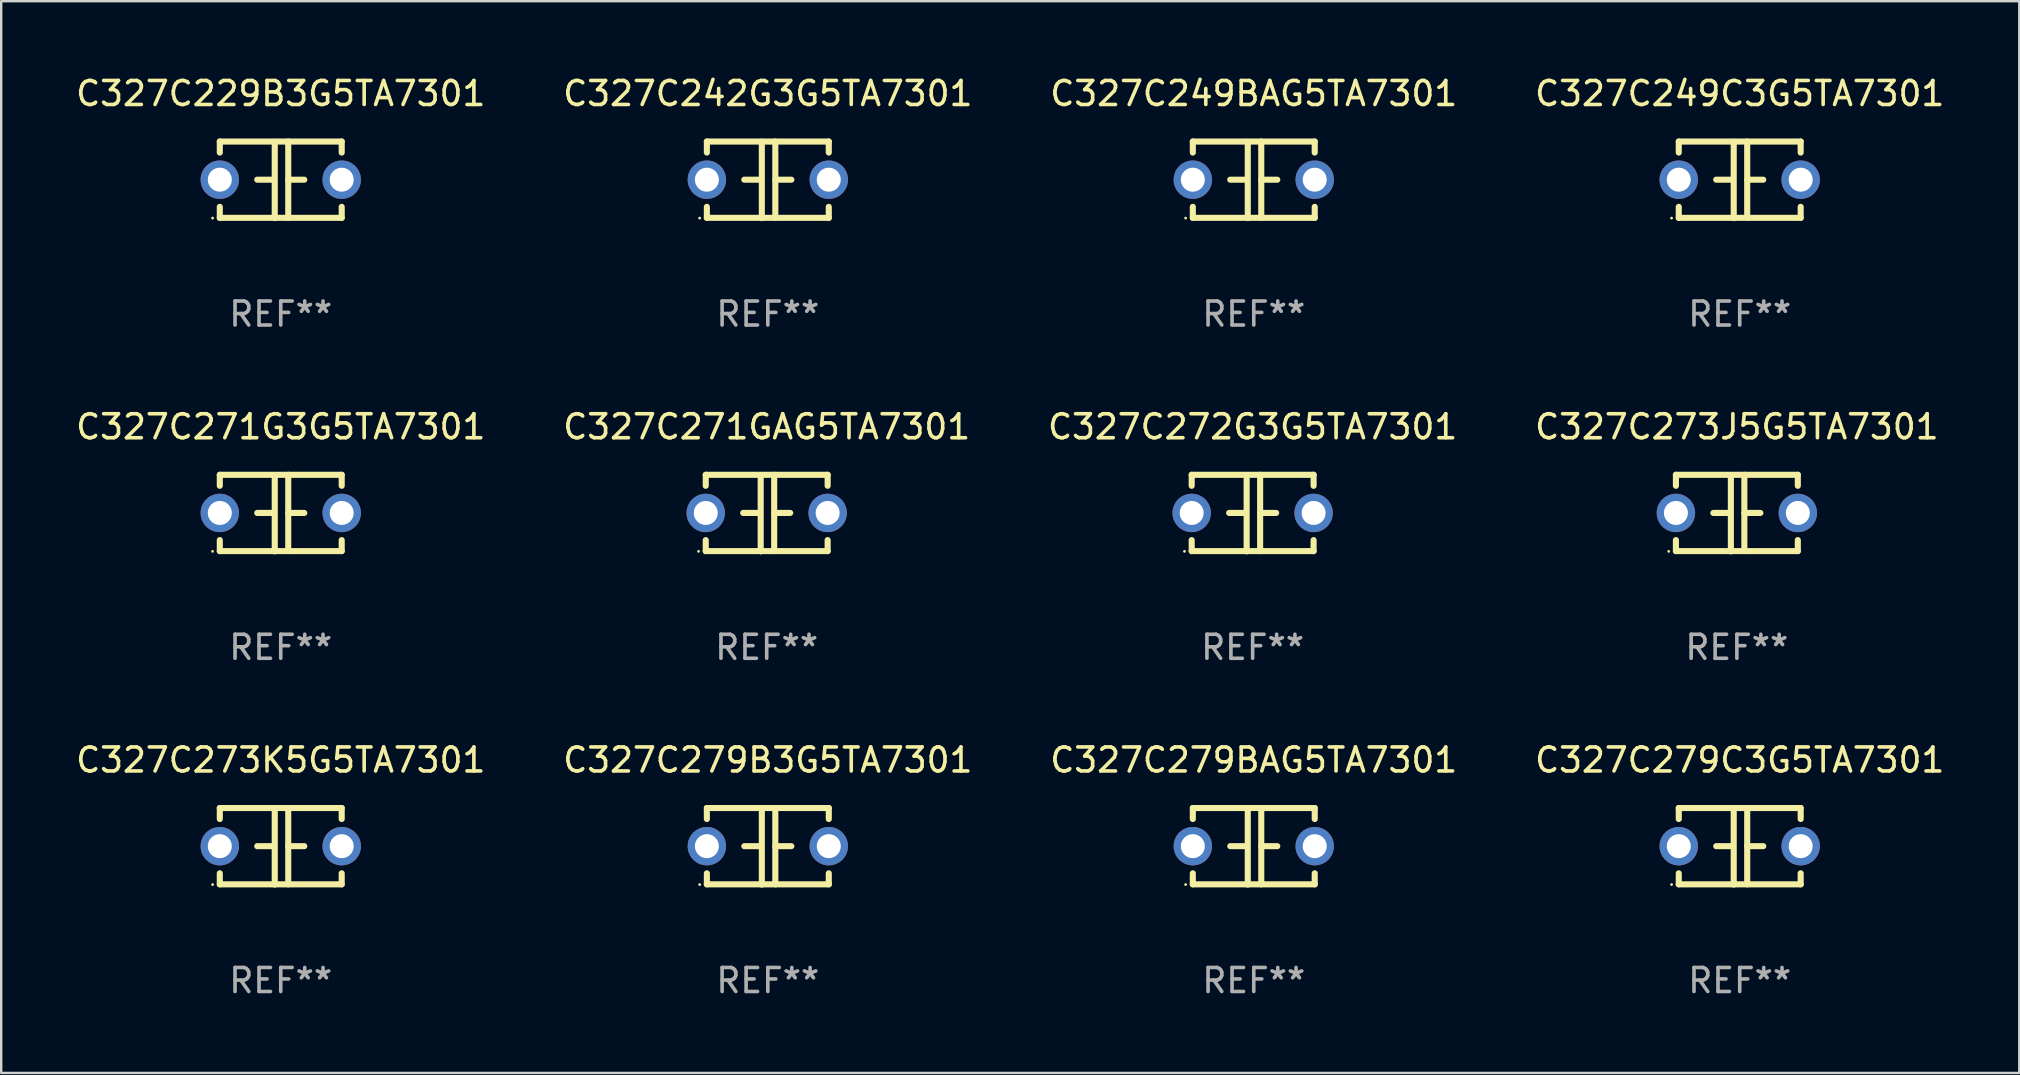
<source format=kicad_pcb>
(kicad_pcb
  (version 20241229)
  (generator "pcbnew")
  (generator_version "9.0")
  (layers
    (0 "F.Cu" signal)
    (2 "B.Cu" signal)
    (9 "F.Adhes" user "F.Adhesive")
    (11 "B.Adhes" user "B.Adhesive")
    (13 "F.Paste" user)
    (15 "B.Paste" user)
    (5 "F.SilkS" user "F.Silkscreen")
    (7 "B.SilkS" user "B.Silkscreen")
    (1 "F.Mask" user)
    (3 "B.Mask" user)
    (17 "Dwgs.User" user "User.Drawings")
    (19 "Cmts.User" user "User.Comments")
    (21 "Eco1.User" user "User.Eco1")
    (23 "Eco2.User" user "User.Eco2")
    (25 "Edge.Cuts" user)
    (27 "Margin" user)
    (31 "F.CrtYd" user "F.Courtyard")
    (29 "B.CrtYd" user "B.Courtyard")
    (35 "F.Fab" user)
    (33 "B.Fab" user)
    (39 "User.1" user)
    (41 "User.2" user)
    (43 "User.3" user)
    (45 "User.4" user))
  (footprint "C327C271GAG5TA7301"
    (layer "F.Cu")
    (at 28.899 18.33)
    (property "Reference" "C327C271GAG5TA7301" (at 0 -3.595 0) (layer "F.SilkS") (effects (font (size 1 1) (thickness 0.15))))
    (attr through_hole)
    (fp_line (start -2.54 -1.595) (end -2.54 -1.136) (stroke (width 0.254) (type solid)) (layer "F.SilkS"))
    (fp_line (start -2.54 -1.595) (end 2.54 -1.595) (stroke (width 0.254) (type solid)) (layer "F.SilkS"))
    (fp_line (start -2.54 1.126) (end -2.54 1.585) (stroke (width 0.254) (type solid)) (layer "F.SilkS"))
    (fp_line (start -0.312 -0.005) (end -0.98 -0.005) (stroke (width 0.254) (type solid)) (layer "F.SilkS"))
    (fp_line (start -0.25 -1.585) (end -0.25 1.595) (stroke (width 0.254) (type solid)) (layer "F.SilkS"))
    (fp_line (start 0.312 -1.595) (end 0.312 1.585) (stroke (width 0.254) (type solid)) (layer "F.SilkS"))
    (fp_line (start 0.312 -0.005) (end 0.98 -0.005) (stroke (width 0.254) (type solid)) (layer "F.SilkS"))
    (fp_line (start 2.54 -1.595) (end 2.54 -1.136) (stroke (width 0.254) (type solid)) (layer "F.SilkS"))
    (fp_line (start 2.54 1.126) (end 2.54 1.585) (stroke (width 0.254) (type solid)) (layer "F.SilkS"))
    (fp_line (start 2.54 1.585) (end -2.54 1.585) (stroke (width 0.254) (type solid)) (layer "F.SilkS"))
    (fp_circle (center -2.84 1.595) (end -2.81 1.595) (stroke (width 0.06) (type solid)) (fill no) (layer "F.SilkS"))
    (fp_text user "REF**" (at 0 5.595 0) (layer "F.Fab") (effects (font (size 1 1) (thickness 0.15))))
    (pad "1" thru_hole circle (at -2.54 -0.005) (size 1.6 1.6) (drill 1) (layers "*.Cu" "*.Mask"))
    (pad "2" thru_hole circle (at 2.54 -0.005) (size 1.6 1.6) (drill 1) (layers "*.Cu" "*.Mask")))
  (footprint "C327C279C3G5TA7301"
    (layer "F.Cu")
    (at 69.446 32.216)
    (property "Reference" "C327C279C3G5TA7301" (at 0 -3.595 0) (layer "F.SilkS") (effects (font (size 1 1) (thickness 0.15))))
    (attr through_hole)
    (fp_line (start -2.54 -1.595) (end -2.54 -1.136) (stroke (width 0.254) (type solid)) (layer "F.SilkS"))
    (fp_line (start -2.54 -1.595) (end 2.54 -1.595) (stroke (width 0.254) (type solid)) (layer "F.SilkS"))
    (fp_line (start -2.54 1.126) (end -2.54 1.585) (stroke (width 0.254) (type solid)) (layer "F.SilkS"))
    (fp_line (start -0.312 -0.005) (end -0.98 -0.005) (stroke (width 0.254) (type solid)) (layer "F.SilkS"))
    (fp_line (start -0.25 -1.585) (end -0.25 1.595) (stroke (width 0.254) (type solid)) (layer "F.SilkS"))
    (fp_line (start 0.312 -1.595) (end 0.312 1.585) (stroke (width 0.254) (type solid)) (layer "F.SilkS"))
    (fp_line (start 0.312 -0.005) (end 0.98 -0.005) (stroke (width 0.254) (type solid)) (layer "F.SilkS"))
    (fp_line (start 2.54 -1.595) (end 2.54 -1.136) (stroke (width 0.254) (type solid)) (layer "F.SilkS"))
    (fp_line (start 2.54 1.126) (end 2.54 1.585) (stroke (width 0.254) (type solid)) (layer "F.SilkS"))
    (fp_line (start 2.54 1.585) (end -2.54 1.585) (stroke (width 0.254) (type solid)) (layer "F.SilkS"))
    (fp_circle (center -2.84 1.595) (end -2.81 1.595) (stroke (width 0.06) (type solid)) (fill no) (layer "F.SilkS"))
    (fp_text user "REF**" (at 0 5.595 0) (layer "F.Fab") (effects (font (size 1 1) (thickness 0.15))))
    (pad "1" thru_hole circle (at -2.54 -0.005) (size 1.6 1.6) (drill 1) (layers "*.Cu" "*.Mask"))
    (pad "2" thru_hole circle (at 2.54 -0.005) (size 1.6 1.6) (drill 1) (layers "*.Cu" "*.Mask")))
  (footprint "C327C249BAG5TA7301"
    (layer "F.Cu")
    (at 49.196 4.443)
    (property "Reference" "C327C249BAG5TA7301" (at 0 -3.595 0) (layer "F.SilkS") (effects (font (size 1 1) (thickness 0.15))))
    (attr through_hole)
    (fp_line (start -2.54 -1.595) (end -2.54 -1.136) (stroke (width 0.254) (type solid)) (layer "F.SilkS"))
    (fp_line (start -2.54 -1.595) (end 2.54 -1.595) (stroke (width 0.254) (type solid)) (layer "F.SilkS"))
    (fp_line (start -2.54 1.126) (end -2.54 1.585) (stroke (width 0.254) (type solid)) (layer "F.SilkS"))
    (fp_line (start -0.312 -0.005) (end -0.98 -0.005) (stroke (width 0.254) (type solid)) (layer "F.SilkS"))
    (fp_line (start -0.25 -1.585) (end -0.25 1.595) (stroke (width 0.254) (type solid)) (layer "F.SilkS"))
    (fp_line (start 0.312 -1.595) (end 0.312 1.585) (stroke (width 0.254) (type solid)) (layer "F.SilkS"))
    (fp_line (start 0.312 -0.005) (end 0.98 -0.005) (stroke (width 0.254) (type solid)) (layer "F.SilkS"))
    (fp_line (start 2.54 -1.595) (end 2.54 -1.136) (stroke (width 0.254) (type solid)) (layer "F.SilkS"))
    (fp_line (start 2.54 1.126) (end 2.54 1.585) (stroke (width 0.254) (type solid)) (layer "F.SilkS"))
    (fp_line (start 2.54 1.585) (end -2.54 1.585) (stroke (width 0.254) (type solid)) (layer "F.SilkS"))
    (fp_circle (center -2.84 1.595) (end -2.81 1.595) (stroke (width 0.06) (type solid)) (fill no) (layer "F.SilkS"))
    (fp_text user "REF**" (at 0 5.595 0) (layer "F.Fab") (effects (font (size 1 1) (thickness 0.15))))
    (pad "1" thru_hole circle (at -2.54 -0.005) (size 1.6 1.6) (drill 1) (layers "*.Cu" "*.Mask"))
    (pad "2" thru_hole circle (at 2.54 -0.005) (size 1.6 1.6) (drill 1) (layers "*.Cu" "*.Mask")))
  (footprint "C327C279BAG5TA7301"
    (layer "F.Cu")
    (at 49.196 32.216)
    (property "Reference" "C327C279BAG5TA7301" (at 0 -3.595 0) (layer "F.SilkS") (effects (font (size 1 1) (thickness 0.15))))
    (attr through_hole)
    (fp_line (start -2.54 -1.595) (end -2.54 -1.136) (stroke (width 0.254) (type solid)) (layer "F.SilkS"))
    (fp_line (start -2.54 -1.595) (end 2.54 -1.595) (stroke (width 0.254) (type solid)) (layer "F.SilkS"))
    (fp_line (start -2.54 1.126) (end -2.54 1.585) (stroke (width 0.254) (type solid)) (layer "F.SilkS"))
    (fp_line (start -0.312 -0.005) (end -0.98 -0.005) (stroke (width 0.254) (type solid)) (layer "F.SilkS"))
    (fp_line (start -0.25 -1.585) (end -0.25 1.595) (stroke (width 0.254) (type solid)) (layer "F.SilkS"))
    (fp_line (start 0.312 -1.595) (end 0.312 1.585) (stroke (width 0.254) (type solid)) (layer "F.SilkS"))
    (fp_line (start 0.312 -0.005) (end 0.98 -0.005) (stroke (width 0.254) (type solid)) (layer "F.SilkS"))
    (fp_line (start 2.54 -1.595) (end 2.54 -1.136) (stroke (width 0.254) (type solid)) (layer "F.SilkS"))
    (fp_line (start 2.54 1.126) (end 2.54 1.585) (stroke (width 0.254) (type solid)) (layer "F.SilkS"))
    (fp_line (start 2.54 1.585) (end -2.54 1.585) (stroke (width 0.254) (type solid)) (layer "F.SilkS"))
    (fp_circle (center -2.84 1.595) (end -2.81 1.595) (stroke (width 0.06) (type solid)) (fill no) (layer "F.SilkS"))
    (fp_text user "REF**" (at 0 5.595 0) (layer "F.Fab") (effects (font (size 1 1) (thickness 0.15))))
    (pad "1" thru_hole circle (at -2.54 -0.005) (size 1.6 1.6) (drill 1) (layers "*.Cu" "*.Mask"))
    (pad "2" thru_hole circle (at 2.54 -0.005) (size 1.6 1.6) (drill 1) (layers "*.Cu" "*.Mask")))
  (footprint "C327C279B3G5TA7301"
    (layer "F.Cu")
    (at 28.946 32.216)
    (property "Reference" "C327C279B3G5TA7301" (at 0 -3.595 0) (layer "F.SilkS") (effects (font (size 1 1) (thickness 0.15))))
    (attr through_hole)
    (fp_line (start -2.54 -1.595) (end -2.54 -1.136) (stroke (width 0.254) (type solid)) (layer "F.SilkS"))
    (fp_line (start -2.54 -1.595) (end 2.54 -1.595) (stroke (width 0.254) (type solid)) (layer "F.SilkS"))
    (fp_line (start -2.54 1.126) (end -2.54 1.585) (stroke (width 0.254) (type solid)) (layer "F.SilkS"))
    (fp_line (start -0.312 -0.005) (end -0.98 -0.005) (stroke (width 0.254) (type solid)) (layer "F.SilkS"))
    (fp_line (start -0.25 -1.585) (end -0.25 1.595) (stroke (width 0.254) (type solid)) (layer "F.SilkS"))
    (fp_line (start 0.312 -1.595) (end 0.312 1.585) (stroke (width 0.254) (type solid)) (layer "F.SilkS"))
    (fp_line (start 0.312 -0.005) (end 0.98 -0.005) (stroke (width 0.254) (type solid)) (layer "F.SilkS"))
    (fp_line (start 2.54 -1.595) (end 2.54 -1.136) (stroke (width 0.254) (type solid)) (layer "F.SilkS"))
    (fp_line (start 2.54 1.126) (end 2.54 1.585) (stroke (width 0.254) (type solid)) (layer "F.SilkS"))
    (fp_line (start 2.54 1.585) (end -2.54 1.585) (stroke (width 0.254) (type solid)) (layer "F.SilkS"))
    (fp_circle (center -2.84 1.595) (end -2.81 1.595) (stroke (width 0.06) (type solid)) (fill no) (layer "F.SilkS"))
    (fp_text user "REF**" (at 0 5.595 0) (layer "F.Fab") (effects (font (size 1 1) (thickness 0.15))))
    (pad "1" thru_hole circle (at -2.54 -0.005) (size 1.6 1.6) (drill 1) (layers "*.Cu" "*.Mask"))
    (pad "2" thru_hole circle (at 2.54 -0.005) (size 1.6 1.6) (drill 1) (layers "*.Cu" "*.Mask")))
  (footprint "C327C271G3G5TA7301"
    (layer "F.Cu")
    (at 8.649 18.33)
    (property "Reference" "C327C271G3G5TA7301" (at 0 -3.595 0) (layer "F.SilkS") (effects (font (size 1 1) (thickness 0.15))))
    (attr through_hole)
    (fp_line (start -2.54 -1.595) (end -2.54 -1.136) (stroke (width 0.254) (type solid)) (layer "F.SilkS"))
    (fp_line (start -2.54 -1.595) (end 2.54 -1.595) (stroke (width 0.254) (type solid)) (layer "F.SilkS"))
    (fp_line (start -2.54 1.126) (end -2.54 1.585) (stroke (width 0.254) (type solid)) (layer "F.SilkS"))
    (fp_line (start -0.312 -0.005) (end -0.98 -0.005) (stroke (width 0.254) (type solid)) (layer "F.SilkS"))
    (fp_line (start -0.25 -1.585) (end -0.25 1.595) (stroke (width 0.254) (type solid)) (layer "F.SilkS"))
    (fp_line (start 0.312 -1.595) (end 0.312 1.585) (stroke (width 0.254) (type solid)) (layer "F.SilkS"))
    (fp_line (start 0.312 -0.005) (end 0.98 -0.005) (stroke (width 0.254) (type solid)) (layer "F.SilkS"))
    (fp_line (start 2.54 -1.595) (end 2.54 -1.136) (stroke (width 0.254) (type solid)) (layer "F.SilkS"))
    (fp_line (start 2.54 1.126) (end 2.54 1.585) (stroke (width 0.254) (type solid)) (layer "F.SilkS"))
    (fp_line (start 2.54 1.585) (end -2.54 1.585) (stroke (width 0.254) (type solid)) (layer "F.SilkS"))
    (fp_circle (center -2.84 1.595) (end -2.81 1.595) (stroke (width 0.06) (type solid)) (fill no) (layer "F.SilkS"))
    (fp_text user "REF**" (at 0 5.595 0) (layer "F.Fab") (effects (font (size 1 1) (thickness 0.15))))
    (pad "1" thru_hole circle (at -2.54 -0.005) (size 1.6 1.6) (drill 1) (layers "*.Cu" "*.Mask"))
    (pad "2" thru_hole circle (at 2.54 -0.005) (size 1.6 1.6) (drill 1) (layers "*.Cu" "*.Mask")))
  (footprint "C327C242G3G5TA7301"
    (layer "F.Cu")
    (at 28.946 4.443)
    (property "Reference" "C327C242G3G5TA7301" (at 0 -3.595 0) (layer "F.SilkS") (effects (font (size 1 1) (thickness 0.15))))
    (attr through_hole)
    (fp_line (start -2.54 -1.595) (end -2.54 -1.136) (stroke (width 0.254) (type solid)) (layer "F.SilkS"))
    (fp_line (start -2.54 -1.595) (end 2.54 -1.595) (stroke (width 0.254) (type solid)) (layer "F.SilkS"))
    (fp_line (start -2.54 1.126) (end -2.54 1.585) (stroke (width 0.254) (type solid)) (layer "F.SilkS"))
    (fp_line (start -0.312 -0.005) (end -0.98 -0.005) (stroke (width 0.254) (type solid)) (layer "F.SilkS"))
    (fp_line (start -0.25 -1.585) (end -0.25 1.595) (stroke (width 0.254) (type solid)) (layer "F.SilkS"))
    (fp_line (start 0.312 -1.595) (end 0.312 1.585) (stroke (width 0.254) (type solid)) (layer "F.SilkS"))
    (fp_line (start 0.312 -0.005) (end 0.98 -0.005) (stroke (width 0.254) (type solid)) (layer "F.SilkS"))
    (fp_line (start 2.54 -1.595) (end 2.54 -1.136) (stroke (width 0.254) (type solid)) (layer "F.SilkS"))
    (fp_line (start 2.54 1.126) (end 2.54 1.585) (stroke (width 0.254) (type solid)) (layer "F.SilkS"))
    (fp_line (start 2.54 1.585) (end -2.54 1.585) (stroke (width 0.254) (type solid)) (layer "F.SilkS"))
    (fp_circle (center -2.84 1.595) (end -2.81 1.595) (stroke (width 0.06) (type solid)) (fill no) (layer "F.SilkS"))
    (fp_text user "REF**" (at 0 5.595 0) (layer "F.Fab") (effects (font (size 1 1) (thickness 0.15))))
    (pad "1" thru_hole circle (at -2.54 -0.005) (size 1.6 1.6) (drill 1) (layers "*.Cu" "*.Mask"))
    (pad "2" thru_hole circle (at 2.54 -0.005) (size 1.6 1.6) (drill 1) (layers "*.Cu" "*.Mask")))
  (footprint "C327C249C3G5TA7301"
    (layer "F.Cu")
    (at 69.446 4.443)
    (property "Reference" "C327C249C3G5TA7301" (at 0 -3.595 0) (layer "F.SilkS") (effects (font (size 1 1) (thickness 0.15))))
    (attr through_hole)
    (fp_line (start -2.54 -1.595) (end -2.54 -1.136) (stroke (width 0.254) (type solid)) (layer "F.SilkS"))
    (fp_line (start -2.54 -1.595) (end 2.54 -1.595) (stroke (width 0.254) (type solid)) (layer "F.SilkS"))
    (fp_line (start -2.54 1.126) (end -2.54 1.585) (stroke (width 0.254) (type solid)) (layer "F.SilkS"))
    (fp_line (start -0.312 -0.005) (end -0.98 -0.005) (stroke (width 0.254) (type solid)) (layer "F.SilkS"))
    (fp_line (start -0.25 -1.585) (end -0.25 1.595) (stroke (width 0.254) (type solid)) (layer "F.SilkS"))
    (fp_line (start 0.312 -1.595) (end 0.312 1.585) (stroke (width 0.254) (type solid)) (layer "F.SilkS"))
    (fp_line (start 0.312 -0.005) (end 0.98 -0.005) (stroke (width 0.254) (type solid)) (layer "F.SilkS"))
    (fp_line (start 2.54 -1.595) (end 2.54 -1.136) (stroke (width 0.254) (type solid)) (layer "F.SilkS"))
    (fp_line (start 2.54 1.126) (end 2.54 1.585) (stroke (width 0.254) (type solid)) (layer "F.SilkS"))
    (fp_line (start 2.54 1.585) (end -2.54 1.585) (stroke (width 0.254) (type solid)) (layer "F.SilkS"))
    (fp_circle (center -2.84 1.595) (end -2.81 1.595) (stroke (width 0.06) (type solid)) (fill no) (layer "F.SilkS"))
    (fp_text user "REF**" (at 0 5.595 0) (layer "F.Fab") (effects (font (size 1 1) (thickness 0.15))))
    (pad "1" thru_hole circle (at -2.54 -0.005) (size 1.6 1.6) (drill 1) (layers "*.Cu" "*.Mask"))
    (pad "2" thru_hole circle (at 2.54 -0.005) (size 1.6 1.6) (drill 1) (layers "*.Cu" "*.Mask")))
  (footprint "C327C273J5G5TA7301"
    (layer "F.Cu")
    (at 69.327 18.33)
    (property "Reference" "C327C273J5G5TA7301" (at 0 -3.595 0) (layer "F.SilkS") (effects (font (size 1 1) (thickness 0.15))))
    (attr through_hole)
    (fp_line (start -2.54 -1.595) (end -2.54 -1.136) (stroke (width 0.254) (type solid)) (layer "F.SilkS"))
    (fp_line (start -2.54 -1.595) (end 2.54 -1.595) (stroke (width 0.254) (type solid)) (layer "F.SilkS"))
    (fp_line (start -2.54 1.126) (end -2.54 1.585) (stroke (width 0.254) (type solid)) (layer "F.SilkS"))
    (fp_line (start -0.312 -0.005) (end -0.98 -0.005) (stroke (width 0.254) (type solid)) (layer "F.SilkS"))
    (fp_line (start -0.25 -1.585) (end -0.25 1.595) (stroke (width 0.254) (type solid)) (layer "F.SilkS"))
    (fp_line (start 0.312 -1.595) (end 0.312 1.585) (stroke (width 0.254) (type solid)) (layer "F.SilkS"))
    (fp_line (start 0.312 -0.005) (end 0.98 -0.005) (stroke (width 0.254) (type solid)) (layer "F.SilkS"))
    (fp_line (start 2.54 -1.595) (end 2.54 -1.136) (stroke (width 0.254) (type solid)) (layer "F.SilkS"))
    (fp_line (start 2.54 1.126) (end 2.54 1.585) (stroke (width 0.254) (type solid)) (layer "F.SilkS"))
    (fp_line (start 2.54 1.585) (end -2.54 1.585) (stroke (width 0.254) (type solid)) (layer "F.SilkS"))
    (fp_circle (center -2.84 1.595) (end -2.81 1.595) (stroke (width 0.06) (type solid)) (fill no) (layer "F.SilkS"))
    (fp_text user "REF**" (at 0 5.595 0) (layer "F.Fab") (effects (font (size 1 1) (thickness 0.15))))
    (pad "1" thru_hole circle (at -2.54 -0.005) (size 1.6 1.6) (drill 1) (layers "*.Cu" "*.Mask"))
    (pad "2" thru_hole circle (at 2.54 -0.005) (size 1.6 1.6) (drill 1) (layers "*.Cu" "*.Mask")))
  (footprint "C327C229B3G5TA7301"
    (layer "F.Cu")
    (at 8.649 4.443)
    (property "Reference" "C327C229B3G5TA7301" (at 0 -3.595 0) (layer "F.SilkS") (effects (font (size 1 1) (thickness 0.15))))
    (attr through_hole)
    (fp_line (start -2.54 -1.595) (end -2.54 -1.136) (stroke (width 0.254) (type solid)) (layer "F.SilkS"))
    (fp_line (start -2.54 -1.595) (end 2.54 -1.595) (stroke (width 0.254) (type solid)) (layer "F.SilkS"))
    (fp_line (start -2.54 1.126) (end -2.54 1.585) (stroke (width 0.254) (type solid)) (layer "F.SilkS"))
    (fp_line (start -0.312 -0.005) (end -0.98 -0.005) (stroke (width 0.254) (type solid)) (layer "F.SilkS"))
    (fp_line (start -0.25 -1.585) (end -0.25 1.595) (stroke (width 0.254) (type solid)) (layer "F.SilkS"))
    (fp_line (start 0.312 -1.595) (end 0.312 1.585) (stroke (width 0.254) (type solid)) (layer "F.SilkS"))
    (fp_line (start 0.312 -0.005) (end 0.98 -0.005) (stroke (width 0.254) (type solid)) (layer "F.SilkS"))
    (fp_line (start 2.54 -1.595) (end 2.54 -1.136) (stroke (width 0.254) (type solid)) (layer "F.SilkS"))
    (fp_line (start 2.54 1.126) (end 2.54 1.585) (stroke (width 0.254) (type solid)) (layer "F.SilkS"))
    (fp_line (start 2.54 1.585) (end -2.54 1.585) (stroke (width 0.254) (type solid)) (layer "F.SilkS"))
    (fp_circle (center -2.84 1.595) (end -2.81 1.595) (stroke (width 0.06) (type solid)) (fill no) (layer "F.SilkS"))
    (fp_text user "REF**" (at 0 5.595 0) (layer "F.Fab") (effects (font (size 1 1) (thickness 0.15))))
    (pad "1" thru_hole circle (at -2.54 -0.005) (size 1.6 1.6) (drill 1) (layers "*.Cu" "*.Mask"))
    (pad "2" thru_hole circle (at 2.54 -0.005) (size 1.6 1.6) (drill 1) (layers "*.Cu" "*.Mask")))
  (footprint "C327C272G3G5TA7301"
    (layer "F.Cu")
    (at 49.149 18.33)
    (property "Reference" "C327C272G3G5TA7301" (at 0 -3.595 0) (layer "F.SilkS") (effects (font (size 1 1) (thickness 0.15))))
    (attr through_hole)
    (fp_line (start -2.54 -1.595) (end -2.54 -1.136) (stroke (width 0.254) (type solid)) (layer "F.SilkS"))
    (fp_line (start -2.54 -1.595) (end 2.54 -1.595) (stroke (width 0.254) (type solid)) (layer "F.SilkS"))
    (fp_line (start -2.54 1.126) (end -2.54 1.585) (stroke (width 0.254) (type solid)) (layer "F.SilkS"))
    (fp_line (start -0.312 -0.005) (end -0.98 -0.005) (stroke (width 0.254) (type solid)) (layer "F.SilkS"))
    (fp_line (start -0.25 -1.585) (end -0.25 1.595) (stroke (width 0.254) (type solid)) (layer "F.SilkS"))
    (fp_line (start 0.312 -1.595) (end 0.312 1.585) (stroke (width 0.254) (type solid)) (layer "F.SilkS"))
    (fp_line (start 0.312 -0.005) (end 0.98 -0.005) (stroke (width 0.254) (type solid)) (layer "F.SilkS"))
    (fp_line (start 2.54 -1.595) (end 2.54 -1.136) (stroke (width 0.254) (type solid)) (layer "F.SilkS"))
    (fp_line (start 2.54 1.126) (end 2.54 1.585) (stroke (width 0.254) (type solid)) (layer "F.SilkS"))
    (fp_line (start 2.54 1.585) (end -2.54 1.585) (stroke (width 0.254) (type solid)) (layer "F.SilkS"))
    (fp_circle (center -2.84 1.595) (end -2.81 1.595) (stroke (width 0.06) (type solid)) (fill no) (layer "F.SilkS"))
    (fp_text user "REF**" (at 0 5.595 0) (layer "F.Fab") (effects (font (size 1 1) (thickness 0.15))))
    (pad "1" thru_hole circle (at -2.54 -0.005) (size 1.6 1.6) (drill 1) (layers "*.Cu" "*.Mask"))
    (pad "2" thru_hole circle (at 2.54 -0.005) (size 1.6 1.6) (drill 1) (layers "*.Cu" "*.Mask")))
  (footprint "C327C273K5G5TA7301"
    (layer "F.Cu")
    (at 8.649 32.216)
    (property "Reference" "C327C273K5G5TA7301" (at 0 -3.595 0) (layer "F.SilkS") (effects (font (size 1 1) (thickness 0.15))))
    (attr through_hole)
    (fp_line (start -2.54 -1.595) (end -2.54 -1.136) (stroke (width 0.254) (type solid)) (layer "F.SilkS"))
    (fp_line (start -2.54 -1.595) (end 2.54 -1.595) (stroke (width 0.254) (type solid)) (layer "F.SilkS"))
    (fp_line (start -2.54 1.126) (end -2.54 1.585) (stroke (width 0.254) (type solid)) (layer "F.SilkS"))
    (fp_line (start -0.312 -0.005) (end -0.98 -0.005) (stroke (width 0.254) (type solid)) (layer "F.SilkS"))
    (fp_line (start -0.25 -1.585) (end -0.25 1.595) (stroke (width 0.254) (type solid)) (layer "F.SilkS"))
    (fp_line (start 0.312 -1.595) (end 0.312 1.585) (stroke (width 0.254) (type solid)) (layer "F.SilkS"))
    (fp_line (start 0.312 -0.005) (end 0.98 -0.005) (stroke (width 0.254) (type solid)) (layer "F.SilkS"))
    (fp_line (start 2.54 -1.595) (end 2.54 -1.136) (stroke (width 0.254) (type solid)) (layer "F.SilkS"))
    (fp_line (start 2.54 1.126) (end 2.54 1.585) (stroke (width 0.254) (type solid)) (layer "F.SilkS"))
    (fp_line (start 2.54 1.585) (end -2.54 1.585) (stroke (width 0.254) (type solid)) (layer "F.SilkS"))
    (fp_circle (center -2.84 1.595) (end -2.81 1.595) (stroke (width 0.06) (type solid)) (fill no) (layer "F.SilkS"))
    (fp_text user "REF**" (at 0 5.595 0) (layer "F.Fab") (effects (font (size 1 1) (thickness 0.15))))
    (pad "1" thru_hole circle (at -2.54 -0.005) (size 1.6 1.6) (drill 1) (layers "*.Cu" "*.Mask"))
    (pad "2" thru_hole circle (at 2.54 -0.005) (size 1.6 1.6) (drill 1) (layers "*.Cu" "*.Mask")))
  (gr_rect
    (start -3 -3)
    (end 81.095 41.659)
    (stroke (width 0.1) (type default))
    (fill no)
    (layer "Edge.Cuts")))
</source>
